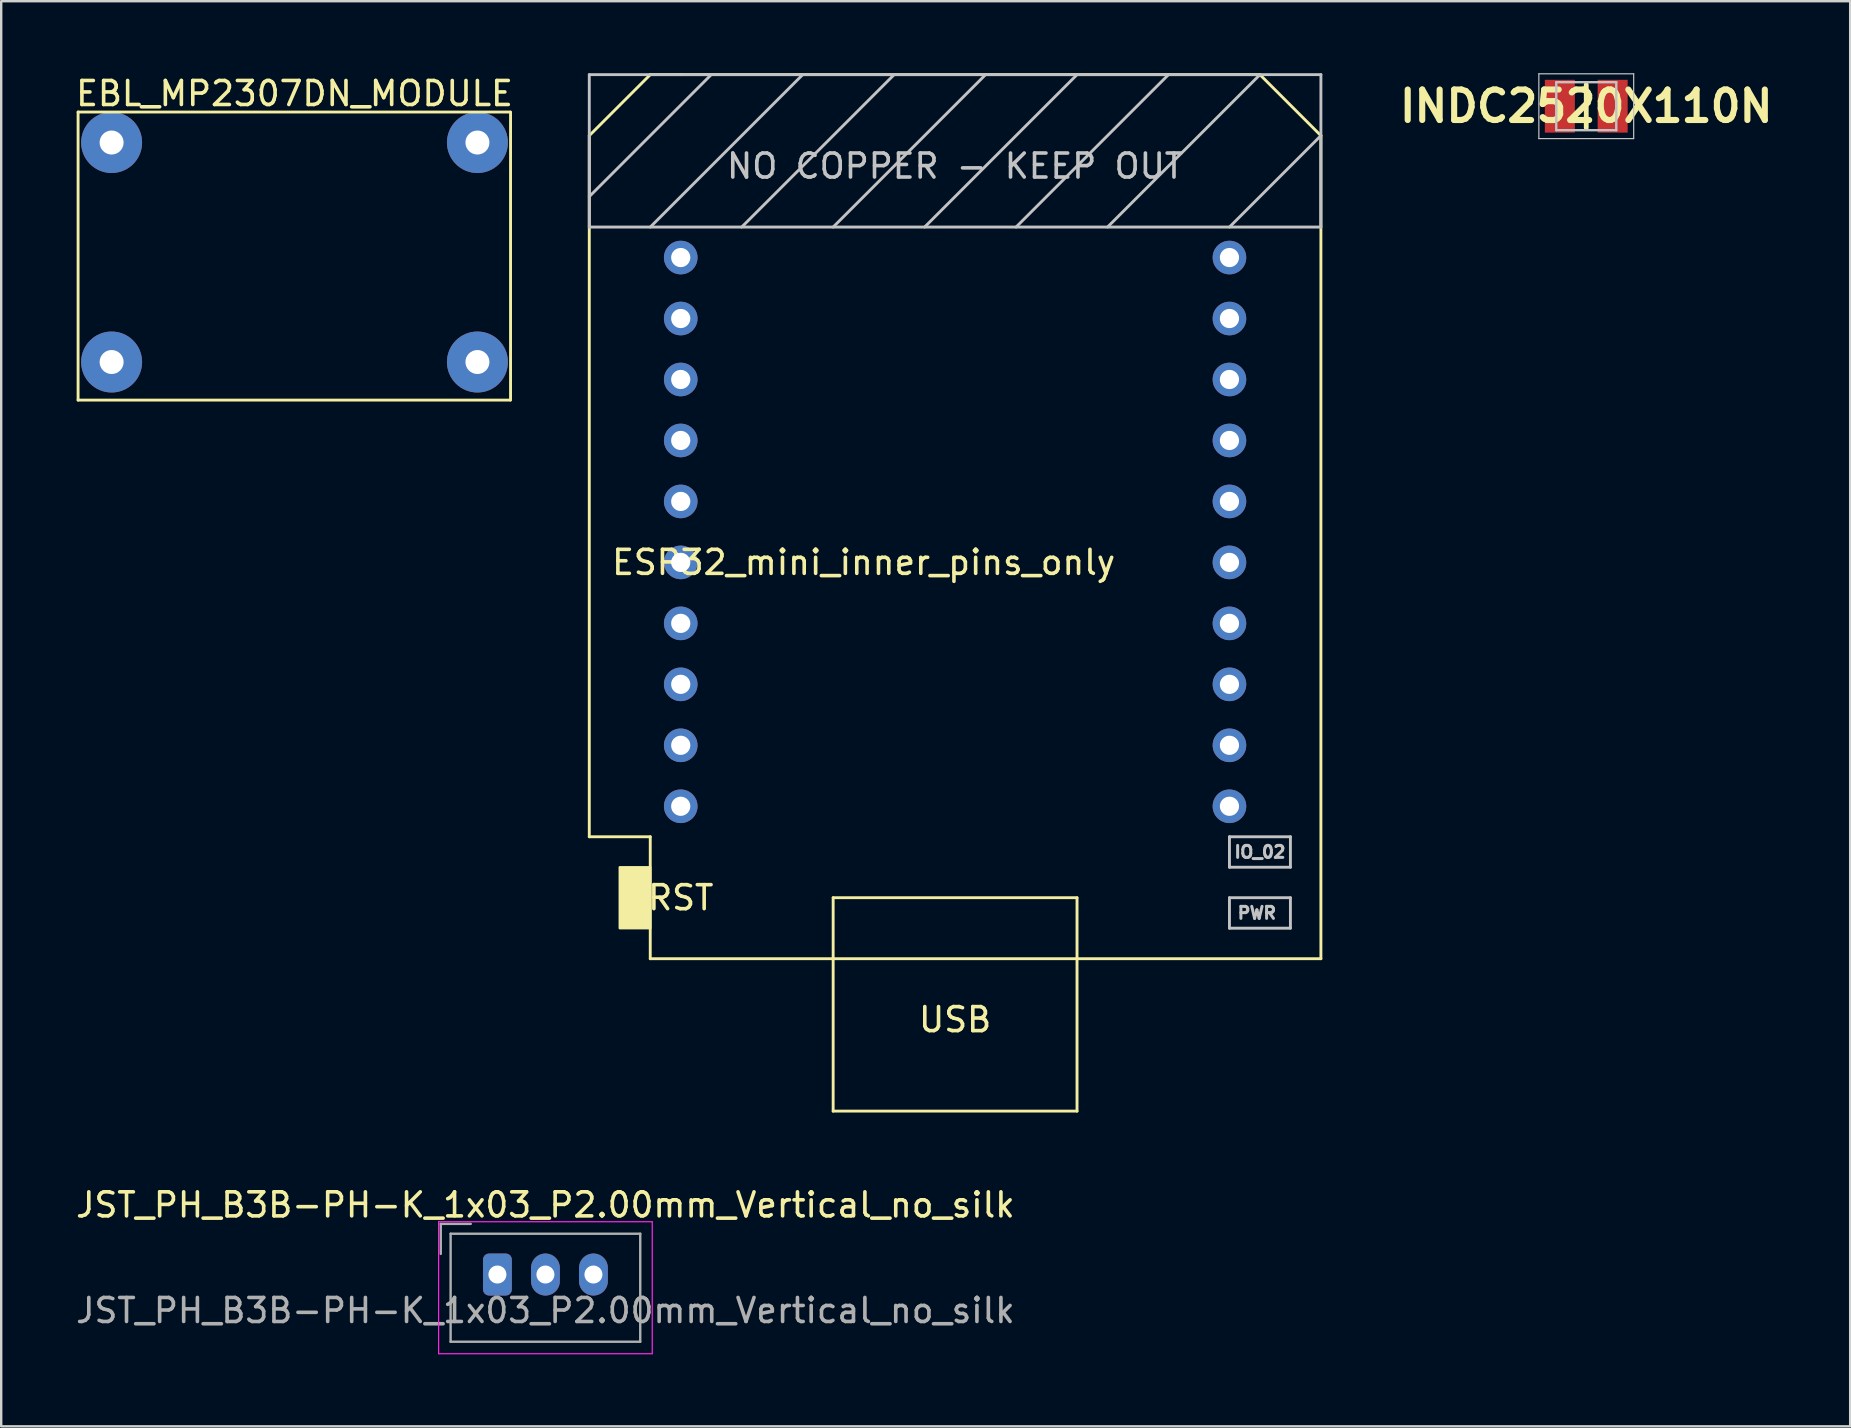
<source format=kicad_pcb>
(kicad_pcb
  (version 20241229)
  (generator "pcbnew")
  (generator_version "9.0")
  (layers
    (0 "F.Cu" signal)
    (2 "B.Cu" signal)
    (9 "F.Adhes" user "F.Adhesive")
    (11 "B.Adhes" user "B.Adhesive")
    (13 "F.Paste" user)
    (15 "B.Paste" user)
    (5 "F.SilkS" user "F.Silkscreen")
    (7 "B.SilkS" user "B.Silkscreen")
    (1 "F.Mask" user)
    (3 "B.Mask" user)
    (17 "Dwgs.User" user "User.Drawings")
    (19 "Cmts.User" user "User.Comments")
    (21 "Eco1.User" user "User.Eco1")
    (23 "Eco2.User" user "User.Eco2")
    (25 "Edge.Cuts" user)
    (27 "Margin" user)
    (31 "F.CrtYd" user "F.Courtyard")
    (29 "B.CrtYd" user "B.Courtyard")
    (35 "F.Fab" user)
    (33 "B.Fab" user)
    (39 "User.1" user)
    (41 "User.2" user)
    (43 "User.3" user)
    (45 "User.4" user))
  (footprint "INDC2520X110N"
    (layer "F.Cu")
    (at 63.035 1.375)
    (property "Reference" "INDC2520X110N" (at 0 0 0) (layer "F.SilkS") (effects (font (size 1.27 1.27) (thickness 0.254))))
    (attr smd)
    (fp_line (start 0 -0.9) (end 0 0.9) (stroke (width 0.2) (type solid)) (layer "F.SilkS"))
    (fp_line (start -1.975 -1.35) (end 1.975 -1.35) (stroke (width 0.05) (type solid)) (layer "Dwgs.User"))
    (fp_line (start -1.975 1.35) (end -1.975 -1.35) (stroke (width 0.05) (type solid)) (layer "Dwgs.User"))
    (fp_line (start -1.25 -1) (end 1.25 -1) (stroke (width 0.1) (type solid)) (layer "Dwgs.User"))
    (fp_line (start -1.25 1) (end -1.25 -1) (stroke (width 0.1) (type solid)) (layer "Dwgs.User"))
    (fp_line (start 1.25 -1) (end 1.25 1) (stroke (width 0.1) (type solid)) (layer "Dwgs.User"))
    (fp_line (start 1.25 1) (end -1.25 1) (stroke (width 0.1) (type solid)) (layer "Dwgs.User"))
    (fp_line (start 1.975 -1.35) (end 1.975 1.35) (stroke (width 0.05) (type solid)) (layer "Dwgs.User"))
    (fp_line (start 1.975 1.35) (end -1.975 1.35) (stroke (width 0.05) (type solid)) (layer "Dwgs.User"))
    (pad "1" smd rect (at -1.1 0) (size 1.25 2.2) (layers "F.Cu" "F.Mask" "F.Paste"))
    (pad "2" smd rect (at 1.1 0) (size 1.25 2.2) (layers "F.Cu" "F.Mask" "F.Paste")))
  (footprint "EBL_MP2307DN_MODULE"
    (layer "F.Cu")
    (at 9.22 0.348)
    (property "Reference" "EBL_MP2307DN_MODULE" (at 0 0.5 0) (layer "F.SilkS") (effects (font (size 1 1) (thickness 0.15))))
    (attr through_hole)
    (fp_line (start -9.017 1.27) (end 8.983 1.27) (stroke (width 0.12) (type solid)) (layer "F.SilkS"))
    (fp_line (start -9.017 13.27) (end -9.017 1.27) (stroke (width 0.12) (type solid)) (layer "F.SilkS"))
    (fp_line (start 8.983 13.27) (end -9.017 13.27) (stroke (width 0.12) (type solid)) (layer "F.SilkS"))
    (fp_line (start 9 1.27) (end 9 13.27) (stroke (width 0.12) (type solid)) (layer "F.SilkS"))
    (pad "1" thru_hole circle (at -7.62 2.54) (size 2.54 2.54) (drill 1) (layers "*.Cu" "*.Mask"))
    (pad "2" thru_hole circle (at 7.62 2.54) (size 2.54 2.54) (drill 1) (layers "*.Cu" "*.Mask"))
    (pad "3" thru_hole circle (at 7.62 11.684) (size 2.54 2.54) (drill 1) (layers "*.Cu" "*.Mask"))
    (pad "4" thru_hole circle (at -7.62 11.684) (size 2.54 2.54) (drill 1) (layers "*.Cu" "*.Mask")))
  (footprint "JST_PH_B3B-PH-K_1x03_P2.00mm_Vertical_no_silk"
    (layer "F.Cu")
    (at 17.673 50.048)
    (property "Reference" "JST_PH_B3B-PH-K_1x03_P2.00mm_Vertical_no_silk" (at 2 -2.9 0) (layer "F.SilkS") (effects (font (size 1 1) (thickness 0.15))))
    (attr through_hole)
    (fp_line (start -2.45 -2.2) (end -2.45 3.3) (stroke (width 0.05) (type solid)) (layer "F.CrtYd"))
    (fp_line (start -2.45 3.3) (end 6.45 3.3) (stroke (width 0.05) (type solid)) (layer "F.CrtYd"))
    (fp_line (start 6.45 -2.2) (end -2.45 -2.2) (stroke (width 0.05) (type solid)) (layer "F.CrtYd"))
    (fp_line (start 6.45 3.3) (end 6.45 -2.2) (stroke (width 0.05) (type solid)) (layer "F.CrtYd"))
    (fp_line (start -2.36 -2.11) (end -2.36 -0.86) (stroke (width 0.1) (type solid)) (layer "F.Fab"))
    (fp_line (start -1.95 -1.7) (end -1.95 2.8) (stroke (width 0.1) (type solid)) (layer "F.Fab"))
    (fp_line (start -1.95 2.8) (end 5.95 2.8) (stroke (width 0.1) (type solid)) (layer "F.Fab"))
    (fp_line (start -1.11 -2.11) (end -2.36 -2.11) (stroke (width 0.1) (type solid)) (layer "F.Fab"))
    (fp_line (start 5.95 -1.7) (end -1.95 -1.7) (stroke (width 0.1) (type solid)) (layer "F.Fab"))
    (fp_line (start 5.95 2.8) (end 5.95 -1.7) (stroke (width 0.1) (type solid)) (layer "F.Fab"))
    (fp_text user "${REFERENCE}" (at 2 1.5 0) (layer "F.Fab") (effects (font (size 1 1) (thickness 0.15))))
    (pad "1" thru_hole roundrect (at 0 0) (size 1.2 1.75) (drill 0.75) (layers "*.Cu" "*.Mask") (roundrect_rratio 0.208))
    (pad "2" thru_hole oval (at 2 0) (size 1.2 1.75) (drill 0.75) (layers "*.Cu" "*.Mask"))
    (pad "3" thru_hole oval (at 4 0) (size 1.2 1.75) (drill 0.75) (layers "*.Cu" "*.Mask")))
  (footprint "ESP32_mini_inner_pins_only"
    (layer "F.Cu")
    (at 36.74 19.11)
    (property "Reference" "ESP32_mini_inner_pins_only" (at -3.81 1.27 0) (layer "F.SilkS") (effects (font (size 1 1) (thickness 0.15))))
    (attr through_hole)
    (fp_line (start -15.24 -16.51) (end -15.24 12.7) (stroke (width 0.12) (type solid)) (layer "F.SilkS"))
    (fp_line (start -15.24 12.7) (end -12.7 12.7) (stroke (width 0.12) (type solid)) (layer "F.SilkS"))
    (fp_line (start -12.7 -19.05) (end -15.24 -16.51) (stroke (width 0.12) (type solid)) (layer "F.SilkS"))
    (fp_line (start -12.7 -19.05) (end -11.43 -19.05) (stroke (width 0.12) (type solid)) (layer "F.SilkS"))
    (fp_line (start -12.7 12.7) (end -12.7 17.78) (stroke (width 0.12) (type solid)) (layer "F.SilkS"))
    (fp_line (start -12.7 17.78) (end 15.24 17.78) (stroke (width 0.12) (type solid)) (layer "F.SilkS"))
    (fp_line (start -5.08 15.24) (end 5.08 15.24) (stroke (width 0.12) (type solid)) (layer "F.SilkS"))
    (fp_line (start -5.08 17.78) (end -5.08 15.24) (stroke (width 0.12) (type solid)) (layer "F.SilkS"))
    (fp_line (start -5.08 17.78) (end -5.08 24.13) (stroke (width 0.12) (type solid)) (layer "F.SilkS"))
    (fp_line (start -5.08 24.13) (end 5.08 24.13) (stroke (width 0.12) (type solid)) (layer "F.SilkS"))
    (fp_line (start 5.08 15.24) (end 5.08 17.78) (stroke (width 0.12) (type solid)) (layer "F.SilkS"))
    (fp_line (start 5.08 24.13) (end 5.08 17.78) (stroke (width 0.12) (type solid)) (layer "F.SilkS"))
    (fp_line (start 12.7 -19.05) (end -11.43 -19.05) (stroke (width 0.12) (type solid)) (layer "F.SilkS"))
    (fp_line (start 12.7 -19.05) (end 15.24 -16.51) (stroke (width 0.12) (type solid)) (layer "F.SilkS"))
    (fp_line (start 15.24 -16.51) (end 15.24 17.78) (stroke (width 0.12) (type solid)) (layer "F.SilkS"))
    (fp_poly (pts (xy -13.97 16.51) (xy -13.97 13.97) (xy -12.7 13.97) (xy -12.7 16.51)) (stroke (width 0.1) (type solid)) (fill yes) (layer "F.SilkS"))
    (fp_line (start -15.24 -19.05) (end -15.24 -12.7) (stroke (width 0.12) (type solid)) (layer "Dwgs.User"))
    (fp_line (start -15.24 -12.7) (end 15.24 -12.7) (stroke (width 0.12) (type solid)) (layer "Dwgs.User"))
    (fp_line (start -10.16 -19.05) (end -15.24 -13.97) (stroke (width 0.12) (type solid)) (layer "Dwgs.User"))
    (fp_line (start -6.35 -19.05) (end -12.7 -12.7) (stroke (width 0.12) (type solid)) (layer "Dwgs.User"))
    (fp_line (start -2.54 -19.05) (end -8.89 -12.7) (stroke (width 0.12) (type solid)) (layer "Dwgs.User"))
    (fp_line (start 1.27 -19.05) (end -5.08 -12.7) (stroke (width 0.12) (type solid)) (layer "Dwgs.User"))
    (fp_line (start 5.08 -19.05) (end -1.27 -12.7) (stroke (width 0.12) (type solid)) (layer "Dwgs.User"))
    (fp_line (start 8.89 -19.05) (end 2.54 -12.7) (stroke (width 0.12) (type solid)) (layer "Dwgs.User"))
    (fp_line (start 11.43 12.7) (end 11.43 13.97) (stroke (width 0.12) (type solid)) (layer "Dwgs.User"))
    (fp_line (start 11.43 13.97) (end 13.97 13.97) (stroke (width 0.12) (type solid)) (layer "Dwgs.User"))
    (fp_line (start 11.43 15.24) (end 13.97 15.24) (stroke (width 0.12) (type solid)) (layer "Dwgs.User"))
    (fp_line (start 11.43 16.51) (end 11.43 15.24) (stroke (width 0.12) (type solid)) (layer "Dwgs.User"))
    (fp_line (start 12.7 -19.05) (end 6.35 -12.7) (stroke (width 0.12) (type solid)) (layer "Dwgs.User"))
    (fp_line (start 13.97 12.7) (end 11.43 12.7) (stroke (width 0.12) (type solid)) (layer "Dwgs.User"))
    (fp_line (start 13.97 13.97) (end 13.97 12.7) (stroke (width 0.12) (type solid)) (layer "Dwgs.User"))
    (fp_line (start 13.97 15.24) (end 13.97 16.51) (stroke (width 0.12) (type solid)) (layer "Dwgs.User"))
    (fp_line (start 13.97 16.51) (end 11.43 16.51) (stroke (width 0.12) (type solid)) (layer "Dwgs.User"))
    (fp_line (start 15.24 -19.05) (end -15.24 -19.05) (stroke (width 0.12) (type solid)) (layer "Dwgs.User"))
    (fp_line (start 15.24 -16.51) (end 11.43 -12.7) (stroke (width 0.12) (type solid)) (layer "Dwgs.User"))
    (fp_line (start 15.24 -12.7) (end 15.24 -19.05) (stroke (width 0.12) (type solid)) (layer "Dwgs.User"))
    (fp_text user "USB" (at 0 20.32 0) (layer "F.SilkS") (effects (font (size 1 1) (thickness 0.15))))
    (fp_text user "RST" (at -11.43 15.24 0) (layer "F.SilkS") (effects (font (size 1 1) (thickness 0.15))))
    (fp_text user "NO COPPER - KEEP OUT" (at 0 -15.24 0) (layer "Dwgs.User") (effects (font (size 1 1) (thickness 0.15))))
    (fp_text user "IO_02" (at 12.7 13.335 0) (layer "Dwgs.User") (effects (font (size 0.5 0.5) (thickness 0.125))))
    (fp_text user "PWR" (at 12.573 15.875 0) (layer "Dwgs.User") (effects (font (size 0.5 0.5) (thickness 0.125))))
    (pad "2" thru_hole circle (at -11.43 -11.43 270) (size 1.4 1.4) (drill 0.8) (layers "*.Cu" "*.Mask"))
    (pad "4" thru_hole circle (at -11.43 -8.89 270) (size 1.4 1.4) (drill 0.8) (layers "*.Cu" "*.Mask"))
    (pad "6" thru_hole circle (at -11.43 -6.35 270) (size 1.4 1.4) (drill 0.8) (layers "*.Cu" "*.Mask"))
    (pad "8" thru_hole circle (at -11.43 -3.81 270) (size 1.4 1.4) (drill 0.8) (layers "*.Cu" "*.Mask"))
    (pad "10" thru_hole circle (at -11.43 -1.27 270) (size 1.4 1.4) (drill 0.8) (layers "*.Cu" "*.Mask"))
    (pad "12" thru_hole circle (at -11.43 1.27 270) (size 1.4 1.4) (drill 0.8) (layers "*.Cu" "*.Mask"))
    (pad "14" thru_hole circle (at -11.43 3.81 270) (size 1.4 1.4) (drill 0.8) (layers "*.Cu" "*.Mask"))
    (pad "16" thru_hole circle (at -11.43 6.35 270) (size 1.4 1.4) (drill 0.8) (layers "*.Cu" "*.Mask"))
    (pad "18" thru_hole circle (at -11.43 8.89 270) (size 1.4 1.4) (drill 0.8) (layers "*.Cu" "*.Mask"))
    (pad "20" thru_hole circle (at -11.43 11.43 270) (size 1.4 1.4) (drill 0.8) (layers "*.Cu" "*.Mask"))
    (pad "21" thru_hole circle (at 11.43 -11.43 270) (size 1.4 1.4) (drill 0.8) (layers "*.Cu" "*.Mask"))
    (pad "23" thru_hole circle (at 11.43 -8.89 270) (size 1.4 1.4) (drill 0.8) (layers "*.Cu" "*.Mask"))
    (pad "25" thru_hole circle (at 11.43 -6.35 270) (size 1.4 1.4) (drill 0.8) (layers "*.Cu" "*.Mask"))
    (pad "27" thru_hole circle (at 11.43 -3.81 270) (size 1.4 1.4) (drill 0.8) (layers "*.Cu" "*.Mask"))
    (pad "29" thru_hole circle (at 11.43 -1.27 270) (size 1.4 1.4) (drill 0.8) (layers "*.Cu" "*.Mask"))
    (pad "31" thru_hole circle (at 11.43 1.27 270) (size 1.4 1.4) (drill 0.8) (layers "*.Cu" "*.Mask"))
    (pad "33" thru_hole circle (at 11.43 3.81 270) (size 1.4 1.4) (drill 0.8) (layers "*.Cu" "*.Mask"))
    (pad "35" thru_hole circle (at 11.43 6.35 270) (size 1.4 1.4) (drill 0.8) (layers "*.Cu" "*.Mask"))
    (pad "37" thru_hole circle (at 11.43 8.89 270) (size 1.4 1.4) (drill 0.8) (layers "*.Cu" "*.Mask"))
    (pad "39" thru_hole circle (at 11.43 11.43 270) (size 1.4 1.4) (drill 0.8) (layers "*.Cu" "*.Mask")))
  (gr_rect
    (start -3 -3)
    (end 74.03 56.373)
    (stroke (width 0.1) (type default))
    (fill no)
    (layer "Edge.Cuts")))
</source>
